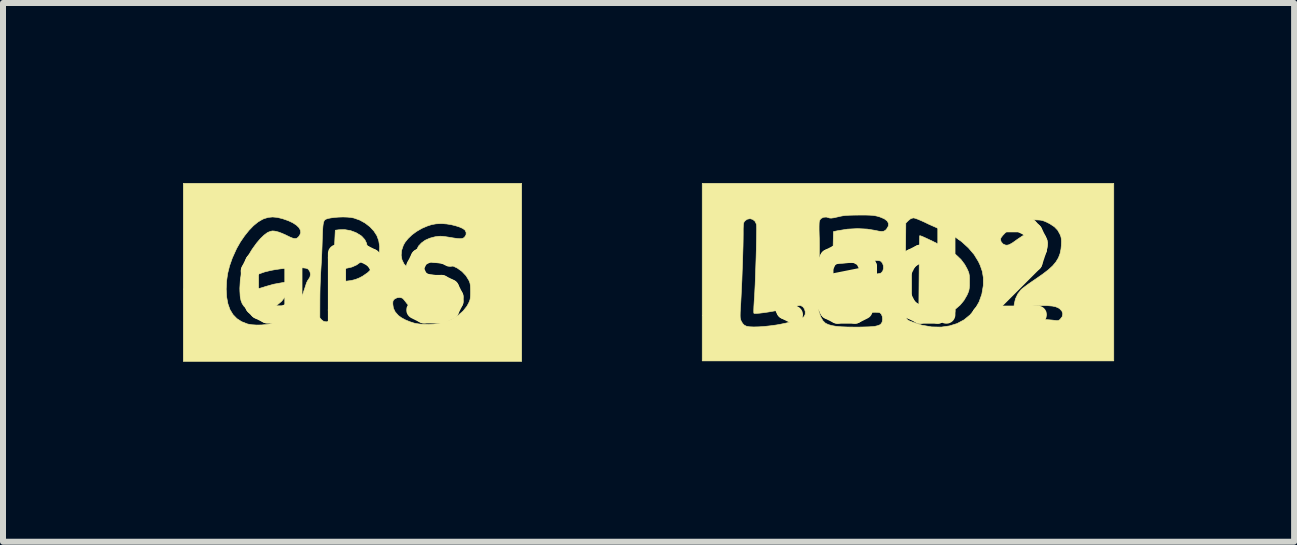
<source format=kicad_pcb>
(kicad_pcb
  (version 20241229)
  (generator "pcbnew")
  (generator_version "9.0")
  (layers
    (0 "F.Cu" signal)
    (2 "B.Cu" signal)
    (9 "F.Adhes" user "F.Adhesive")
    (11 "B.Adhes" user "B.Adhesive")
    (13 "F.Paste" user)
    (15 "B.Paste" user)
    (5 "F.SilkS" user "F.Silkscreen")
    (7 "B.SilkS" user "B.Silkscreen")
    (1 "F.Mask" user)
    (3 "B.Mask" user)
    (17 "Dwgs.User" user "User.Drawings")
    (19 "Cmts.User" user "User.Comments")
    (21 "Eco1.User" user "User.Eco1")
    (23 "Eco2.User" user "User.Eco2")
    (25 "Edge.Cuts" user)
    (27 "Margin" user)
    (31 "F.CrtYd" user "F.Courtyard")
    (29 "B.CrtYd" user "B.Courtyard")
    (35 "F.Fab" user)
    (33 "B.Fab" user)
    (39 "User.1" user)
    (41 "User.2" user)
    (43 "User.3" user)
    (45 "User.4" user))
  (footprint "led2"
    (layer "F.Cu")
    (at 12.069 1.505)
    (property "Reference" "led2" (at 0 0 0) (layer "F.SilkS") (effects (font (size 1.524 1.524) (thickness 0.3))))
    (attr through_hole)
    (fp_poly (pts (xy 0.222 -0.625) (xy 0.256 -0.612) (xy 0.305 -0.59) (xy 0.365 -0.562) (xy 0.432 -0.53) (xy 0.502 -0.495) (xy 0.571 -0.46) (xy 0.633 -0.426) (xy 0.686 -0.396) (xy 0.725 -0.372) (xy 0.726 -0.372) (xy 0.822 -0.301) (xy 0.897 -0.229) (xy 0.957 -0.149) (xy 0.995 -0.081) (xy 1.015 -0.038) (xy 1.028 -0.003) (xy 1.035 0.034) (xy 1.038 0.081) (xy 1.038 0.14) (xy 1.038 0.205) (xy 1.034 0.251) (xy 1.027 0.289) (xy 1.013 0.327) (xy 0.996 0.365) (xy 0.946 0.451) (xy 0.884 0.526) (xy 0.817 0.585) (xy 0.764 0.615) (xy 0.675 0.643) (xy 0.572 0.661) (xy 0.464 0.667) (xy 0.363 0.66) (xy 0.337 0.655) (xy 0.289 0.642) (xy 0.244 0.624) (xy 0.236 0.619) (xy 0.194 0.595) (xy 0.199 -0.014) (xy 0.2 -0.139) (xy 0.201 -0.256) (xy 0.203 -0.361) (xy 0.204 -0.453) (xy 0.205 -0.528) (xy 0.206 -0.584) (xy 0.207 -0.618) (xy 0.208 -0.627) (xy 0.222 -0.625)) (stroke (width 0.01) (type solid)) (fill yes) (layer "F.SilkS"))
    (fp_poly (pts (xy 3.443 1.46) (xy -3.416 1.46) (xy -3.416 0.7) (xy -2.784 0.7) (xy -2.783 0.735) (xy -2.779 0.76) (xy -2.773 0.78) (xy -2.765 0.799) (xy -2.742 0.837) (xy -2.715 0.864) (xy -2.679 0.882) (xy -2.628 0.891) (xy -2.56 0.894) (xy -2.472 0.892) (xy -2.383 0.886) (xy -2.283 0.875) (xy -2.186 0.862) (xy -2.127 0.852) (xy -2.021 0.83) (xy -1.925 0.806) (xy -1.843 0.781) (xy -1.778 0.756) (xy -1.734 0.734) (xy -1.72 0.722) (xy -1.7 0.684) (xy -1.699 0.638) (xy -1.712 0.594) (xy -1.738 0.558) (xy -1.773 0.538) (xy -1.789 0.536) (xy -1.813 0.539) (xy -1.856 0.548) (xy -1.915 0.561) (xy -1.982 0.578) (xy -2.004 0.583) (xy -2.075 0.6) (xy -2.153 0.616) (xy -2.235 0.631) (xy -2.317 0.645) (xy -2.393 0.656) (xy -2.459 0.664) (xy -2.512 0.668) (xy -2.545 0.668) (xy -2.555 0.665) (xy -2.557 0.649) (xy -2.557 0.611) (xy -2.555 0.556) (xy -2.551 0.488) (xy -2.548 0.438) (xy -2.543 0.371) (xy -2.539 0.291) (xy -1.495 0.291) (xy -1.494 0.388) (xy -1.492 0.472) (xy -1.488 0.537) (xy -1.487 0.548) (xy -1.469 0.644) (xy -1.441 0.726) (xy -1.405 0.79) (xy -1.363 0.831) (xy -1.357 0.834) (xy -1.313 0.855) (xy -1.257 0.871) (xy -1.188 0.883) (xy -1.101 0.891) (xy -0.994 0.895) (xy -0.884 0.896) (xy -0.797 0.896) (xy -0.713 0.894) (xy -0.639 0.892) (xy -0.581 0.888) (xy -0.544 0.885) (xy -0.497 0.874) (xy -0.459 0.86) (xy -0.442 0.85) (xy -0.418 0.814) (xy -0.41 0.767) (xy -0.415 0.718) (xy -0.433 0.677) (xy -0.457 0.656) (xy -0.48 0.651) (xy -0.531 0.649) (xy -0.607 0.65) (xy -0.71 0.654) (xy -0.787 0.657) (xy -0.879 0.661) (xy -0.965 0.663) (xy -1.042 0.665) (xy -1.104 0.665) (xy -1.146 0.664) (xy -1.156 0.663) (xy -1.191 0.656) (xy -1.218 0.646) (xy -1.238 0.629) (xy -1.251 0.602) (xy -1.259 0.56) (xy -1.264 0.502) (xy -1.264 0.478) (xy -0.035 0.478) (xy -0.034 0.56) (xy -0.032 0.625) (xy -0.029 0.676) (xy -0.023 0.714) (xy -0.015 0.743) (xy -0.005 0.763) (xy 0.008 0.777) (xy 0.024 0.787) (xy 0.044 0.796) (xy 0.067 0.804) (xy 0.089 0.813) (xy 0.247 0.865) (xy 0.408 0.893) (xy 0.568 0.896) (xy 0.703 0.877) (xy 0.832 0.837) (xy 0.948 0.775) (xy 1.048 0.693) (xy 1.132 0.593) (xy 1.198 0.477) (xy 1.244 0.348) (xy 1.268 0.207) (xy 1.269 0.181) (xy 1.269 0.07) (xy 1.252 -0.032) (xy 1.217 -0.133) (xy 1.187 -0.197) (xy 1.115 -0.314) (xy 1.02 -0.425) (xy 0.906 -0.529) (xy 0.851 -0.568) (xy 1.554 -0.568) (xy 1.566 -0.524) (xy 1.597 -0.489) (xy 1.64 -0.47) (xy 1.657 -0.469) (xy 1.684 -0.472) (xy 1.714 -0.485) (xy 1.755 -0.508) (xy 1.809 -0.546) (xy 1.829 -0.561) (xy 1.92 -0.622) (xy 1.999 -0.661) (xy 2.071 -0.679) (xy 2.138 -0.677) (xy 2.206 -0.656) (xy 2.247 -0.635) (xy 2.301 -0.597) (xy 2.331 -0.558) (xy 2.342 -0.51) (xy 2.34 -0.468) (xy 2.33 -0.413) (xy 2.314 -0.363) (xy 2.288 -0.316) (xy 2.249 -0.269) (xy 2.196 -0.218) (xy 2.126 -0.162) (xy 2.036 -0.096) (xy 1.996 -0.067) (xy 1.885 0.013) (xy 1.795 0.083) (xy 1.724 0.148) (xy 1.67 0.209) (xy 1.629 0.27) (xy 1.599 0.334) (xy 1.578 0.404) (xy 1.567 0.459) (xy 1.559 0.53) (xy 1.558 0.602) (xy 1.563 0.669) (xy 1.574 0.721) (xy 1.582 0.738) (xy 1.593 0.755) (xy 1.609 0.768) (xy 1.634 0.776) (xy 1.67 0.782) (xy 1.721 0.784) (xy 1.79 0.784) (xy 1.881 0.782) (xy 1.929 0.78) (xy 2.019 0.777) (xy 2.105 0.775) (xy 2.183 0.773) (xy 2.246 0.771) (xy 2.289 0.771) (xy 2.291 0.771) (xy 2.351 0.774) (xy 2.413 0.779) (xy 2.448 0.783) (xy 2.493 0.788) (xy 2.521 0.786) (xy 2.542 0.773) (xy 2.547 0.769) (xy 2.583 0.723) (xy 2.593 0.675) (xy 2.578 0.629) (xy 2.539 0.588) (xy 2.513 0.573) (xy 2.473 0.557) (xy 2.422 0.546) (xy 2.354 0.54) (xy 2.333 0.538) (xy 2.28 0.538) (xy 2.212 0.539) (xy 2.135 0.542) (xy 2.053 0.546) (xy 1.974 0.552) (xy 1.903 0.558) (xy 1.846 0.564) (xy 1.808 0.57) (xy 1.803 0.572) (xy 1.789 0.573) (xy 1.782 0.563) (xy 1.782 0.536) (xy 1.784 0.513) (xy 1.804 0.427) (xy 1.843 0.344) (xy 1.897 0.274) (xy 1.898 0.273) (xy 1.924 0.25) (xy 1.968 0.217) (xy 2.025 0.175) (xy 2.09 0.13) (xy 2.143 0.094) (xy 2.258 0.014) (xy 2.352 -0.058) (xy 2.425 -0.125) (xy 2.48 -0.191) (xy 2.52 -0.257) (xy 2.547 -0.327) (xy 2.563 -0.403) (xy 2.569 -0.467) (xy 2.571 -0.529) (xy 2.569 -0.573) (xy 2.562 -0.61) (xy 2.547 -0.649) (xy 2.545 -0.653) (xy 2.508 -0.719) (xy 2.454 -0.775) (xy 2.38 -0.824) (xy 2.332 -0.849) (xy 2.289 -0.868) (xy 2.254 -0.88) (xy 2.217 -0.887) (xy 2.17 -0.89) (xy 2.104 -0.891) (xy 2.103 -0.891) (xy 2.038 -0.89) (xy 1.992 -0.888) (xy 1.956 -0.881) (xy 1.92 -0.869) (xy 1.877 -0.849) (xy 1.857 -0.839) (xy 1.803 -0.808) (xy 1.745 -0.768) (xy 1.687 -0.722) (xy 1.635 -0.676) (xy 1.593 -0.632) (xy 1.564 -0.594) (xy 1.554 -0.568) (xy 0.851 -0.568) (xy 0.777 -0.621) (xy 0.637 -0.698) (xy 0.549 -0.736) (xy 0.496 -0.758) (xy 0.428 -0.788) (xy 0.354 -0.821) (xy 0.295 -0.85) (xy 0.233 -0.878) (xy 0.176 -0.902) (xy 0.131 -0.918) (xy 0.103 -0.924) (xy 0.102 -0.924) (xy 0.059 -0.911) (xy 0.021 -0.881) (xy -0.023 -0.837) (xy -0.03 -0.054) (xy -0.032 0.114) (xy -0.034 0.258) (xy -0.035 0.378) (xy -0.035 0.478) (xy -1.264 0.478) (xy -1.266 0.422) (xy -1.266 0.34) (xy -1.266 0.262) (xy -1.265 0.193) (xy -1.263 0.139) (xy -1.261 0.103) (xy -1.259 0.089) (xy -1.245 0.087) (xy -1.207 0.082) (xy -1.149 0.076) (xy -1.075 0.068) (xy -0.987 0.06) (xy -0.889 0.051) (xy -0.858 0.048) (xy -0.728 0.036) (xy -0.623 0.025) (xy -0.542 0.016) (xy -0.484 0.007) (xy -0.447 -0.001) (xy -0.433 -0.007) (xy -0.407 -0.038) (xy -0.395 -0.082) (xy -0.397 -0.129) (xy -0.413 -0.172) (xy -0.44 -0.202) (xy -0.449 -0.206) (xy -0.47 -0.211) (xy -0.502 -0.213) (xy -0.548 -0.213) (xy -0.61 -0.21) (xy -0.692 -0.204) (xy -0.795 -0.194) (xy -0.922 -0.182) (xy -0.924 -0.182) (xy -1.013 -0.173) (xy -1.092 -0.166) (xy -1.158 -0.16) (xy -1.207 -0.155) (xy -1.235 -0.153) (xy -1.241 -0.152) (xy -1.241 -0.166) (xy -1.24 -0.202) (xy -1.239 -0.256) (xy -1.238 -0.326) (xy -1.236 -0.406) (xy -1.235 -0.425) (xy -1.229 -0.695) (xy -1.163 -0.709) (xy -0.996 -0.736) (xy -0.828 -0.745) (xy -0.666 -0.737) (xy -0.538 -0.716) (xy -0.471 -0.702) (xy -0.423 -0.697) (xy -0.389 -0.702) (xy -0.362 -0.718) (xy -0.343 -0.738) (xy -0.314 -0.787) (xy -0.311 -0.832) (xy -0.334 -0.873) (xy -0.382 -0.909) (xy -0.456 -0.94) (xy -0.46 -0.941) (xy -0.498 -0.952) (xy -0.534 -0.96) (xy -0.575 -0.966) (xy -0.624 -0.969) (xy -0.688 -0.971) (xy -0.771 -0.971) (xy -0.797 -0.971) (xy -0.891 -0.97) (xy -0.963 -0.968) (xy -1.022 -0.965) (xy -1.071 -0.959) (xy -1.118 -0.95) (xy -1.156 -0.941) (xy -1.222 -0.926) (xy -1.267 -0.92) (xy -1.294 -0.922) (xy -1.3 -0.924) (xy -1.348 -0.938) (xy -1.397 -0.934) (xy -1.438 -0.912) (xy -1.445 -0.903) (xy -1.454 -0.89) (xy -1.461 -0.876) (xy -1.466 -0.856) (xy -1.468 -0.826) (xy -1.469 -0.783) (xy -1.469 -0.723) (xy -1.467 -0.642) (xy -1.465 -0.585) (xy -1.464 -0.483) (xy -1.464 -0.385) (xy -1.465 -0.298) (xy -1.469 -0.228) (xy -1.472 -0.188) (xy -1.479 -0.113) (xy -1.486 -0.022) (xy -1.49 0.08) (xy -1.493 0.186) (xy -1.495 0.291) (xy -2.539 0.291) (xy -2.539 0.288) (xy -2.534 0.191) (xy -2.53 0.083) (xy -2.526 -0.031) (xy -2.522 -0.148) (xy -2.518 -0.265) (xy -2.515 -0.38) (xy -2.513 -0.488) (xy -2.511 -0.586) (xy -2.51 -0.671) (xy -2.509 -0.74) (xy -2.51 -0.789) (xy -2.512 -0.815) (xy -2.512 -0.817) (xy -2.535 -0.866) (xy -2.573 -0.898) (xy -2.618 -0.911) (xy -2.665 -0.902) (xy -2.7 -0.878) (xy -2.713 -0.864) (xy -2.722 -0.848) (xy -2.728 -0.827) (xy -2.731 -0.794) (xy -2.733 -0.745) (xy -2.733 -0.675) (xy -2.733 -0.66) (xy -2.734 -0.567) (xy -2.736 -0.452) (xy -2.74 -0.322) (xy -2.744 -0.18) (xy -2.75 -0.033) (xy -2.755 0.114) (xy -2.762 0.255) (xy -2.768 0.386) (xy -2.774 0.498) (xy -2.78 0.586) (xy -2.783 0.652) (xy -2.784 0.7) (xy -3.416 0.7) (xy -3.416 -1.5) (xy 3.443 -1.5) (xy 3.443 1.46)) (stroke (width 0.01) (type solid)) (fill yes) (layer "F.SilkS")))
  (footprint "gps"
    (layer "F.Cu")
    (at 2.819 1.5)
    (property "Reference" "gps" (at 0 0 0) (layer "F.SilkS") (effects (font (size 1.524 1.524) (thickness 0.3))))
    (attr through_hole)
    (fp_poly (pts (xy -0.025 -0.706) (xy 0.067 -0.671) (xy 0.149 -0.621) (xy 0.164 -0.608) (xy 0.212 -0.554) (xy 0.241 -0.494) (xy 0.253 -0.429) (xy 0.247 -0.362) (xy 0.225 -0.297) (xy 0.188 -0.235) (xy 0.137 -0.18) (xy 0.072 -0.134) (xy -0.005 -0.1) (xy -0.008 -0.099) (xy -0.091 -0.08) (xy -0.18 -0.071) (xy -0.261 -0.073) (xy -0.275 -0.074) (xy -0.286 -0.075) (xy -0.295 -0.078) (xy -0.301 -0.085) (xy -0.305 -0.099) (xy -0.306 -0.121) (xy -0.307 -0.155) (xy -0.305 -0.203) (xy -0.302 -0.266) (xy -0.299 -0.347) (xy -0.295 -0.425) (xy -0.281 -0.713) (xy -0.22 -0.721) (xy -0.123 -0.723) (xy -0.025 -0.706)) (stroke (width 0.01) (type solid)) (fill yes) (layer "F.SilkS"))
    (fp_poly (pts (xy 2.825 1.473) (xy -2.814 1.473) (xy -2.814 0.268) (xy -2.099 0.268) (xy -2.099 0.268) (xy -2.092 0.399) (xy -2.071 0.513) (xy -2.036 0.611) (xy -1.986 0.693) (xy -1.921 0.76) (xy -1.842 0.811) (xy -1.747 0.848) (xy -1.737 0.851) (xy -1.673 0.862) (xy -1.596 0.867) (xy -1.513 0.866) (xy -1.434 0.859) (xy -1.37 0.847) (xy -1.252 0.805) (xy -1.144 0.746) (xy -0.539 0.746) (xy -0.51 0.78) (xy -0.475 0.806) (xy -0.431 0.814) (xy -0.387 0.803) (xy -0.383 0.801) (xy -0.368 0.791) (xy -0.356 0.777) (xy -0.347 0.757) (xy -0.34 0.728) (xy -0.335 0.688) (xy -0.332 0.634) (xy -0.33 0.564) (xy -0.33 0.505) (xy 0.677 0.505) (xy 0.677 0.518) (xy 0.687 0.586) (xy 0.717 0.648) (xy 0.768 0.706) (xy 0.775 0.712) (xy 0.824 0.747) (xy 0.887 0.781) (xy 0.959 0.811) (xy 1.033 0.835) (xy 1.06 0.841) (xy 1.122 0.85) (xy 1.199 0.855) (xy 1.281 0.856) (xy 1.361 0.851) (xy 1.432 0.843) (xy 1.448 0.84) (xy 1.566 0.807) (xy 1.674 0.761) (xy 1.769 0.703) (xy 1.849 0.634) (xy 1.911 0.556) (xy 1.939 0.506) (xy 1.954 0.473) (xy 1.964 0.445) (xy 1.969 0.417) (xy 1.972 0.381) (xy 1.973 0.331) (xy 1.973 0.308) (xy 1.972 0.249) (xy 1.97 0.207) (xy 1.965 0.175) (xy 1.957 0.148) (xy 1.948 0.127) (xy 1.898 0.045) (xy 1.831 -0.026) (xy 1.75 -0.084) (xy 1.656 -0.127) (xy 1.639 -0.132) (xy 1.601 -0.142) (xy 1.547 -0.152) (xy 1.485 -0.162) (xy 1.42 -0.17) (xy 1.407 -0.171) (xy 1.307 -0.183) (xy 1.227 -0.197) (xy 1.166 -0.213) (xy 1.121 -0.233) (xy 1.091 -0.257) (xy 1.073 -0.287) (xy 1.066 -0.322) (xy 1.066 -0.33) (xy 1.077 -0.392) (xy 1.107 -0.45) (xy 1.155 -0.501) (xy 1.217 -0.546) (xy 1.293 -0.58) (xy 1.379 -0.603) (xy 1.397 -0.606) (xy 1.435 -0.611) (xy 1.47 -0.613) (xy 1.506 -0.611) (xy 1.551 -0.606) (xy 1.61 -0.597) (xy 1.619 -0.595) (xy 1.695 -0.583) (xy 1.753 -0.575) (xy 1.796 -0.572) (xy 1.827 -0.574) (xy 1.85 -0.581) (xy 1.868 -0.593) (xy 1.874 -0.599) (xy 1.897 -0.634) (xy 1.9 -0.674) (xy 1.883 -0.711) (xy 1.876 -0.719) (xy 1.841 -0.744) (xy 1.788 -0.767) (xy 1.723 -0.788) (xy 1.65 -0.806) (xy 1.574 -0.818) (xy 1.499 -0.824) (xy 1.476 -0.824) (xy 1.398 -0.82) (xy 1.325 -0.807) (xy 1.249 -0.782) (xy 1.163 -0.745) (xy 1.156 -0.741) (xy 1.073 -0.693) (xy 0.997 -0.637) (xy 0.931 -0.574) (xy 0.88 -0.51) (xy 0.853 -0.462) (xy 0.824 -0.377) (xy 0.817 -0.296) (xy 0.83 -0.221) (xy 0.863 -0.153) (xy 0.915 -0.095) (xy 0.986 -0.047) (xy 1.031 -0.025) (xy 1.072 -0.008) (xy 1.117 0.004) (xy 1.169 0.013) (xy 1.236 0.02) (xy 1.264 0.023) (xy 1.323 0.029) (xy 1.382 0.037) (xy 1.433 0.045) (xy 1.459 0.05) (xy 1.543 0.076) (xy 1.617 0.113) (xy 1.679 0.158) (xy 1.724 0.208) (xy 1.734 0.225) (xy 1.747 0.269) (xy 1.75 0.322) (xy 1.744 0.377) (xy 1.728 0.425) (xy 1.728 0.425) (xy 1.686 0.484) (xy 1.626 0.535) (xy 1.553 0.579) (xy 1.468 0.612) (xy 1.375 0.635) (xy 1.279 0.645) (xy 1.181 0.642) (xy 1.154 0.638) (xy 1.074 0.621) (xy 1.01 0.596) (xy 0.958 0.559) (xy 0.913 0.509) (xy 0.906 0.499) (xy 0.879 0.464) (xy 0.855 0.435) (xy 0.837 0.419) (xy 0.835 0.417) (xy 0.794 0.407) (xy 0.749 0.412) (xy 0.709 0.431) (xy 0.707 0.433) (xy 0.688 0.452) (xy 0.679 0.473) (xy 0.677 0.505) (xy -0.33 0.505) (xy -0.33 0.476) (xy -0.33 0.426) (xy -0.33 0.137) (xy -0.184 0.137) (xy -0.092 0.135) (xy -0.015 0.125) (xy 0.054 0.108) (xy 0.121 0.081) (xy 0.176 0.052) (xy 0.262 -0.008) (xy 0.335 -0.081) (xy 0.391 -0.164) (xy 0.431 -0.253) (xy 0.454 -0.348) (xy 0.458 -0.444) (xy 0.443 -0.539) (xy 0.412 -0.623) (xy 0.363 -0.699) (xy 0.297 -0.77) (xy 0.217 -0.832) (xy 0.127 -0.882) (xy 0.031 -0.916) (xy 0.027 -0.917) (xy -0.024 -0.927) (xy -0.085 -0.932) (xy -0.152 -0.934) (xy -0.222 -0.932) (xy -0.29 -0.927) (xy -0.351 -0.919) (xy -0.403 -0.909) (xy -0.44 -0.896) (xy -0.458 -0.884) (xy -0.468 -0.867) (xy -0.477 -0.845) (xy -0.483 -0.815) (xy -0.488 -0.774) (xy -0.492 -0.72) (xy -0.495 -0.651) (xy -0.498 -0.563) (xy -0.499 -0.533) (xy -0.502 -0.44) (xy -0.506 -0.337) (xy -0.511 -0.23) (xy -0.517 -0.128) (xy -0.522 -0.044) (xy -0.527 0.04) (xy -0.531 0.139) (xy -0.535 0.244) (xy -0.537 0.35) (xy -0.538 0.447) (xy -0.538 0.469) (xy -0.539 0.746) (xy -1.144 0.746) (xy -1.143 0.745) (xy -1.043 0.667) (xy -0.956 0.573) (xy -0.881 0.465) (xy -0.82 0.344) (xy -0.776 0.213) (xy -0.775 0.209) (xy -0.761 0.165) (xy -0.743 0.128) (xy -0.73 0.11) (xy -0.704 0.069) (xy -0.695 0.023) (xy -0.703 -0.021) (xy -0.727 -0.058) (xy -0.743 -0.071) (xy -0.77 -0.08) (xy -0.816 -0.086) (xy -0.876 -0.089) (xy -0.948 -0.088) (xy -1.028 -0.084) (xy -1.112 -0.078) (xy -1.198 -0.069) (xy -1.281 -0.057) (xy -1.357 -0.043) (xy -1.459 -0.018) (xy -1.544 0.012) (xy -1.61 0.045) (xy -1.657 0.082) (xy -1.684 0.121) (xy -1.686 0.128) (xy -1.687 0.16) (xy -1.674 0.197) (xy -1.653 0.23) (xy -1.636 0.246) (xy -1.616 0.257) (xy -1.594 0.262) (xy -1.565 0.26) (xy -1.526 0.251) (xy -1.473 0.235) (xy -1.447 0.226) (xy -1.309 0.187) (xy -1.154 0.159) (xy -1.073 0.149) (xy -1.009 0.142) (xy -1.017 0.178) (xy -1.033 0.231) (xy -1.06 0.293) (xy -1.095 0.357) (xy -1.134 0.417) (xy -1.172 0.466) (xy -1.182 0.476) (xy -1.263 0.543) (xy -1.355 0.592) (xy -1.454 0.623) (xy -1.556 0.634) (xy -1.64 0.628) (xy -1.701 0.615) (xy -1.746 0.599) (xy -1.78 0.576) (xy -1.807 0.549) (xy -1.834 0.507) (xy -1.854 0.453) (xy -1.866 0.386) (xy -1.871 0.301) (xy -1.872 0.253) (xy -1.864 0.115) (xy -1.842 -0.012) (xy -1.805 -0.134) (xy -1.751 -0.255) (xy -1.678 -0.378) (xy -1.655 -0.412) (xy -1.592 -0.499) (xy -1.529 -0.573) (xy -1.47 -0.63) (xy -1.417 -0.67) (xy -1.393 -0.682) (xy -1.358 -0.695) (xy -1.329 -0.701) (xy -1.298 -0.699) (xy -1.27 -0.694) (xy -1.228 -0.683) (xy -1.174 -0.663) (xy -1.116 -0.638) (xy -1.094 -0.627) (xy -1.032 -0.597) (xy -0.986 -0.579) (xy -0.951 -0.573) (xy -0.923 -0.579) (xy -0.899 -0.597) (xy -0.876 -0.626) (xy -0.876 -0.626) (xy -0.858 -0.668) (xy -0.862 -0.712) (xy -0.885 -0.755) (xy -0.928 -0.797) (xy -0.989 -0.837) (xy -1.061 -0.871) (xy -1.161 -0.906) (xy -1.248 -0.927) (xy -1.326 -0.934) (xy -1.399 -0.927) (xy -1.469 -0.906) (xy -1.496 -0.894) (xy -1.569 -0.851) (xy -1.645 -0.789) (xy -1.72 -0.711) (xy -1.793 -0.62) (xy -1.862 -0.52) (xy -1.923 -0.413) (xy -1.934 -0.39) (xy -1.997 -0.251) (xy -2.043 -0.12) (xy -2.075 0.007) (xy -2.093 0.134) (xy -2.099 0.268) (xy -2.814 0.268) (xy -2.814 -1.495) (xy 2.825 -1.495) (xy 2.825 1.473)) (stroke (width 0.01) (type solid)) (fill yes) (layer "F.SilkS")))
  (gr_rect
    (start -3 -3)
    (end 18.517 5.978)
    (stroke (width 0.1) (type default))
    (fill no)
    (layer "Edge.Cuts")))
</source>
